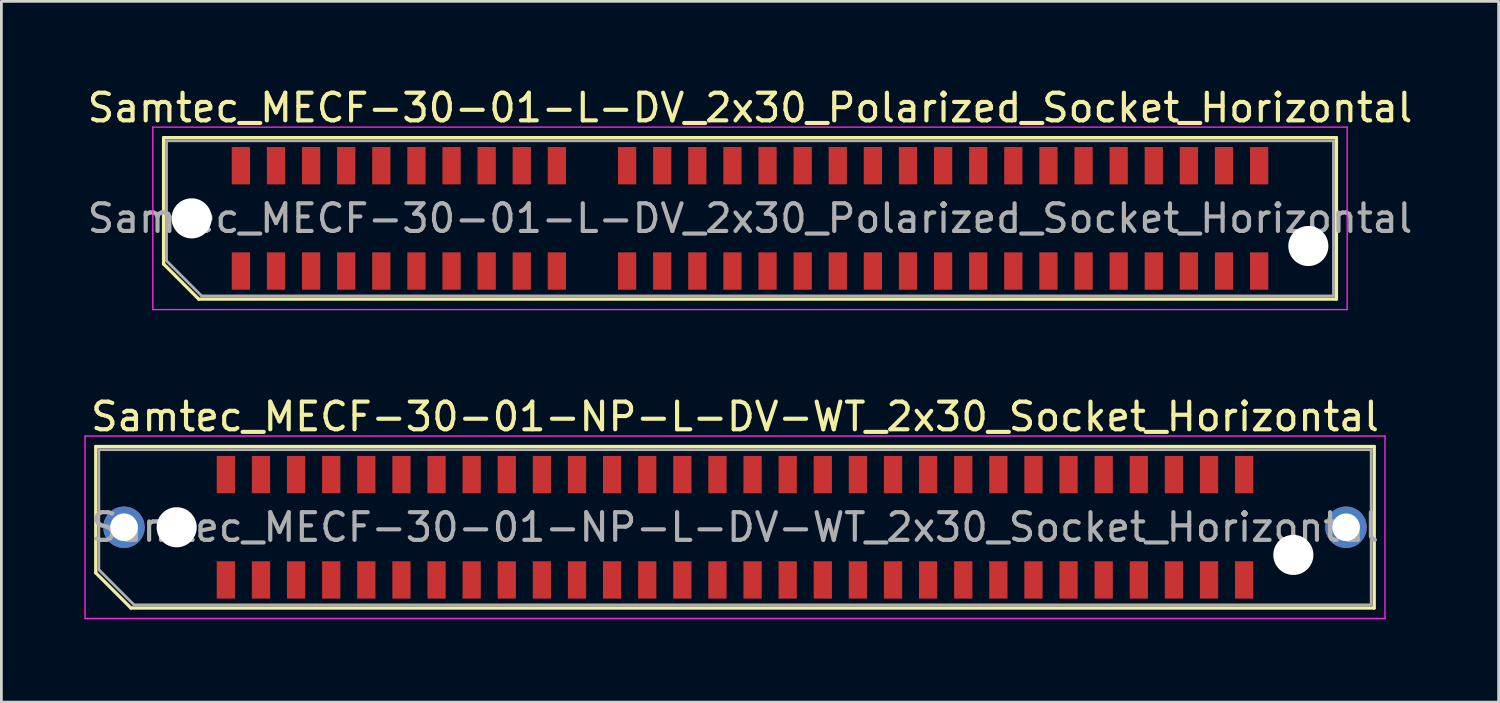
<source format=kicad_pcb>
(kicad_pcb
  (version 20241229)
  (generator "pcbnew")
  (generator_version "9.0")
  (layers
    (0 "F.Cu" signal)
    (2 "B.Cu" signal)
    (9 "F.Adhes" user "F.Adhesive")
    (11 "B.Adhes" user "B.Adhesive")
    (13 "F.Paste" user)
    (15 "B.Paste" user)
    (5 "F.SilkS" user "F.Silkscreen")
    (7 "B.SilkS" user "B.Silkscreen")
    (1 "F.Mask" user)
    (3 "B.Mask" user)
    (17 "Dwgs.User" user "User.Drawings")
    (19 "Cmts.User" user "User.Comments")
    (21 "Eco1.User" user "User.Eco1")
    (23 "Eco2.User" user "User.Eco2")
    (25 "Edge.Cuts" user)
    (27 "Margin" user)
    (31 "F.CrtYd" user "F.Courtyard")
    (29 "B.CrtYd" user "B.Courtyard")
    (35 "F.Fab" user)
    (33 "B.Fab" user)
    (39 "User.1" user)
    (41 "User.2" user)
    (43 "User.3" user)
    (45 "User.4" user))
  (footprint "Samtec_MECF-30-01-NP-L-DV-WT_2x30_Socket_Horizontal"
    (layer "F.Cu")
    (at 23.535 16.021)
    (property "Reference" "Samtec_MECF-30-01-NP-L-DV-WT_2x30_Socket_Horizontal" (at 0 -4 0) (layer "F.SilkS") (effects (font (size 1 1) (thickness 0.15))))
    (attr smd)
    (fp_line (start -23.12 -2.92) (end 23.12 -2.92) (stroke (width 0.12) (type solid)) (layer "F.SilkS"))
    (fp_line (start -23.12 1.65) (end -23.12 -2.92) (stroke (width 0.12) (type solid)) (layer "F.SilkS"))
    (fp_line (start -21.85 2.92) (end -23.12 1.65) (stroke (width 0.12) (type solid)) (layer "F.SilkS"))
    (fp_line (start -21.85 2.92) (end 23.12 2.92) (stroke (width 0.12) (type solid)) (layer "F.SilkS"))
    (fp_line (start 23.12 2.92) (end 23.12 -2.92) (stroke (width 0.12) (type solid)) (layer "F.SilkS"))
    (fp_line (start -23.51 -3.3) (end -23.51 3.3) (stroke (width 0.05) (type solid)) (layer "F.CrtYd"))
    (fp_line (start -23.51 3.3) (end 23.51 3.3) (stroke (width 0.05) (type solid)) (layer "F.CrtYd"))
    (fp_line (start 23.51 -3.3) (end -23.51 -3.3) (stroke (width 0.05) (type solid)) (layer "F.CrtYd"))
    (fp_line (start 23.51 3.3) (end 23.51 -3.3) (stroke (width 0.05) (type solid)) (layer "F.CrtYd"))
    (fp_line (start -23.01 -2.805) (end 23.01 -2.805) (stroke (width 0.1) (type solid)) (layer "F.Fab"))
    (fp_line (start -23.01 1.535) (end -23.01 -2.805) (stroke (width 0.1) (type solid)) (layer "F.Fab"))
    (fp_line (start -23.01 1.535) (end -21.74 2.805) (stroke (width 0.1) (type solid)) (layer "F.Fab"))
    (fp_line (start -21.74 2.805) (end 23.01 2.805) (stroke (width 0.1) (type solid)) (layer "F.Fab"))
    (fp_line (start 23.01 2.805) (end 23.01 -2.805) (stroke (width 0.1) (type solid)) (layer "F.Fab"))
    (fp_text user "${REFERENCE}" (at 0 0 0) (layer "F.Fab") (effects (font (size 1 1) (thickness 0.15))))
    (pad "" thru_hole circle (at -22.1 0) (size 1.5 1.5) (drill 1) (layers "*.Cu" "*.Mask"))
    (pad "" np_thru_hole circle (at -20.195 0) (size 1.45 1.45) (drill 1.45) (layers "*.Cu" "*.Mask"))
    (pad "" np_thru_hole circle (at 20.195 1) (size 1.45 1.45) (drill 1.45) (layers "*.Cu" "*.Mask"))
    (pad "" thru_hole circle (at 22.1 0) (size 1.5 1.5) (drill 1) (layers "*.Cu" "*.Mask"))
    (pad "1" smd rect (at -18.415 1.905) (size 0.66 1.35) (layers "F.Cu" "F.Mask" "F.Paste"))
    (pad "2" smd rect (at -18.415 -1.905) (size 0.66 1.35) (layers "F.Cu" "F.Mask" "F.Paste"))
    (pad "3" smd rect (at -17.145 1.905) (size 0.66 1.35) (layers "F.Cu" "F.Mask" "F.Paste"))
    (pad "4" smd rect (at -17.145 -1.905) (size 0.66 1.35) (layers "F.Cu" "F.Mask" "F.Paste"))
    (pad "5" smd rect (at -15.875 1.905) (size 0.66 1.35) (layers "F.Cu" "F.Mask" "F.Paste"))
    (pad "6" smd rect (at -15.875 -1.905) (size 0.66 1.35) (layers "F.Cu" "F.Mask" "F.Paste"))
    (pad "7" smd rect (at -14.605 1.905) (size 0.66 1.35) (layers "F.Cu" "F.Mask" "F.Paste"))
    (pad "8" smd rect (at -14.605 -1.905) (size 0.66 1.35) (layers "F.Cu" "F.Mask" "F.Paste"))
    (pad "9" smd rect (at -13.335 1.905) (size 0.66 1.35) (layers "F.Cu" "F.Mask" "F.Paste"))
    (pad "10" smd rect (at -13.335 -1.905) (size 0.66 1.35) (layers "F.Cu" "F.Mask" "F.Paste"))
    (pad "11" smd rect (at -12.065 1.905) (size 0.66 1.35) (layers "F.Cu" "F.Mask" "F.Paste"))
    (pad "12" smd rect (at -12.065 -1.905) (size 0.66 1.35) (layers "F.Cu" "F.Mask" "F.Paste"))
    (pad "13" smd rect (at -10.795 1.905) (size 0.66 1.35) (layers "F.Cu" "F.Mask" "F.Paste"))
    (pad "14" smd rect (at -10.795 -1.905) (size 0.66 1.35) (layers "F.Cu" "F.Mask" "F.Paste"))
    (pad "15" smd rect (at -9.525 1.905) (size 0.66 1.35) (layers "F.Cu" "F.Mask" "F.Paste"))
    (pad "16" smd rect (at -9.525 -1.905) (size 0.66 1.35) (layers "F.Cu" "F.Mask" "F.Paste"))
    (pad "17" smd rect (at -8.255 1.905) (size 0.66 1.35) (layers "F.Cu" "F.Mask" "F.Paste"))
    (pad "18" smd rect (at -8.255 -1.905) (size 0.66 1.35) (layers "F.Cu" "F.Mask" "F.Paste"))
    (pad "19" smd rect (at -6.985 1.905) (size 0.66 1.35) (layers "F.Cu" "F.Mask" "F.Paste"))
    (pad "20" smd rect (at -6.985 -1.905) (size 0.66 1.35) (layers "F.Cu" "F.Mask" "F.Paste"))
    (pad "21" smd rect (at -5.715 1.905) (size 0.66 1.35) (layers "F.Cu" "F.Mask" "F.Paste"))
    (pad "22" smd rect (at -5.715 -1.905) (size 0.66 1.35) (layers "F.Cu" "F.Mask" "F.Paste"))
    (pad "23" smd rect (at -4.445 1.905) (size 0.66 1.35) (layers "F.Cu" "F.Mask" "F.Paste"))
    (pad "24" smd rect (at -4.445 -1.905) (size 0.66 1.35) (layers "F.Cu" "F.Mask" "F.Paste"))
    (pad "25" smd rect (at -3.175 1.905) (size 0.66 1.35) (layers "F.Cu" "F.Mask" "F.Paste"))
    (pad "26" smd rect (at -3.175 -1.905) (size 0.66 1.35) (layers "F.Cu" "F.Mask" "F.Paste"))
    (pad "27" smd rect (at -1.905 1.905) (size 0.66 1.35) (layers "F.Cu" "F.Mask" "F.Paste"))
    (pad "28" smd rect (at -1.905 -1.905) (size 0.66 1.35) (layers "F.Cu" "F.Mask" "F.Paste"))
    (pad "29" smd rect (at -0.635 1.905) (size 0.66 1.35) (layers "F.Cu" "F.Mask" "F.Paste"))
    (pad "30" smd rect (at -0.635 -1.905) (size 0.66 1.35) (layers "F.Cu" "F.Mask" "F.Paste"))
    (pad "31" smd rect (at 0.635 1.905) (size 0.66 1.35) (layers "F.Cu" "F.Mask" "F.Paste"))
    (pad "32" smd rect (at 0.635 -1.905) (size 0.66 1.35) (layers "F.Cu" "F.Mask" "F.Paste"))
    (pad "33" smd rect (at 1.905 1.905) (size 0.66 1.35) (layers "F.Cu" "F.Mask" "F.Paste"))
    (pad "34" smd rect (at 1.905 -1.905) (size 0.66 1.35) (layers "F.Cu" "F.Mask" "F.Paste"))
    (pad "35" smd rect (at 3.175 1.905) (size 0.66 1.35) (layers "F.Cu" "F.Mask" "F.Paste"))
    (pad "36" smd rect (at 3.175 -1.905) (size 0.66 1.35) (layers "F.Cu" "F.Mask" "F.Paste"))
    (pad "37" smd rect (at 4.445 1.905) (size 0.66 1.35) (layers "F.Cu" "F.Mask" "F.Paste"))
    (pad "38" smd rect (at 4.445 -1.905) (size 0.66 1.35) (layers "F.Cu" "F.Mask" "F.Paste"))
    (pad "39" smd rect (at 5.715 1.905) (size 0.66 1.35) (layers "F.Cu" "F.Mask" "F.Paste"))
    (pad "40" smd rect (at 5.715 -1.905) (size 0.66 1.35) (layers "F.Cu" "F.Mask" "F.Paste"))
    (pad "41" smd rect (at 6.985 1.905) (size 0.66 1.35) (layers "F.Cu" "F.Mask" "F.Paste"))
    (pad "42" smd rect (at 6.985 -1.905) (size 0.66 1.35) (layers "F.Cu" "F.Mask" "F.Paste"))
    (pad "43" smd rect (at 8.255 1.905) (size 0.66 1.35) (layers "F.Cu" "F.Mask" "F.Paste"))
    (pad "44" smd rect (at 8.255 -1.905) (size 0.66 1.35) (layers "F.Cu" "F.Mask" "F.Paste"))
    (pad "45" smd rect (at 9.525 1.905) (size 0.66 1.35) (layers "F.Cu" "F.Mask" "F.Paste"))
    (pad "46" smd rect (at 9.525 -1.905) (size 0.66 1.35) (layers "F.Cu" "F.Mask" "F.Paste"))
    (pad "47" smd rect (at 10.795 1.905) (size 0.66 1.35) (layers "F.Cu" "F.Mask" "F.Paste"))
    (pad "48" smd rect (at 10.795 -1.905) (size 0.66 1.35) (layers "F.Cu" "F.Mask" "F.Paste"))
    (pad "49" smd rect (at 12.065 1.905) (size 0.66 1.35) (layers "F.Cu" "F.Mask" "F.Paste"))
    (pad "50" smd rect (at 12.065 -1.905) (size 0.66 1.35) (layers "F.Cu" "F.Mask" "F.Paste"))
    (pad "51" smd rect (at 13.335 1.905) (size 0.66 1.35) (layers "F.Cu" "F.Mask" "F.Paste"))
    (pad "52" smd rect (at 13.335 -1.905) (size 0.66 1.35) (layers "F.Cu" "F.Mask" "F.Paste"))
    (pad "53" smd rect (at 14.605 1.905) (size 0.66 1.35) (layers "F.Cu" "F.Mask" "F.Paste"))
    (pad "54" smd rect (at 14.605 -1.905) (size 0.66 1.35) (layers "F.Cu" "F.Mask" "F.Paste"))
    (pad "55" smd rect (at 15.875 1.905) (size 0.66 1.35) (layers "F.Cu" "F.Mask" "F.Paste"))
    (pad "56" smd rect (at 15.875 -1.905) (size 0.66 1.35) (layers "F.Cu" "F.Mask" "F.Paste"))
    (pad "57" smd rect (at 17.145 1.905) (size 0.66 1.35) (layers "F.Cu" "F.Mask" "F.Paste"))
    (pad "58" smd rect (at 17.145 -1.905) (size 0.66 1.35) (layers "F.Cu" "F.Mask" "F.Paste"))
    (pad "59" smd rect (at 18.415 1.905) (size 0.66 1.35) (layers "F.Cu" "F.Mask" "F.Paste"))
    (pad "60" smd rect (at 18.415 -1.905) (size 0.66 1.35) (layers "F.Cu" "F.Mask" "F.Paste")))
  (footprint "Samtec_MECF-30-01-L-DV_2x30_Polarized_Socket_Horizontal"
    (layer "F.Cu")
    (at 24.077 4.848)
    (property "Reference" "Samtec_MECF-30-01-L-DV_2x30_Polarized_Socket_Horizontal" (at 0 -4 0) (layer "F.SilkS") (effects (font (size 1 1) (thickness 0.15))))
    (attr smd)
    (fp_line (start -21.21 -2.92) (end 21.21 -2.92) (stroke (width 0.12) (type solid)) (layer "F.SilkS"))
    (fp_line (start -21.21 1.65) (end -21.21 -2.92) (stroke (width 0.12) (type solid)) (layer "F.SilkS"))
    (fp_line (start -19.94 2.92) (end -21.21 1.65) (stroke (width 0.12) (type solid)) (layer "F.SilkS"))
    (fp_line (start -19.94 2.92) (end 21.21 2.92) (stroke (width 0.12) (type solid)) (layer "F.SilkS"))
    (fp_line (start 21.21 2.92) (end 21.21 -2.92) (stroke (width 0.12) (type solid)) (layer "F.SilkS"))
    (fp_line (start -21.6 -3.3) (end -21.6 3.3) (stroke (width 0.05) (type solid)) (layer "F.CrtYd"))
    (fp_line (start -21.6 3.3) (end 21.6 3.3) (stroke (width 0.05) (type solid)) (layer "F.CrtYd"))
    (fp_line (start 21.6 -3.3) (end -21.6 -3.3) (stroke (width 0.05) (type solid)) (layer "F.CrtYd"))
    (fp_line (start 21.6 3.3) (end 21.6 -3.3) (stroke (width 0.05) (type solid)) (layer "F.CrtYd"))
    (fp_line (start -21.105 -2.805) (end 21.105 -2.805) (stroke (width 0.1) (type solid)) (layer "F.Fab"))
    (fp_line (start -21.105 1.535) (end -21.105 -2.805) (stroke (width 0.1) (type solid)) (layer "F.Fab"))
    (fp_line (start -21.105 1.535) (end -19.835 2.805) (stroke (width 0.1) (type solid)) (layer "F.Fab"))
    (fp_line (start -19.835 2.805) (end 21.105 2.805) (stroke (width 0.1) (type solid)) (layer "F.Fab"))
    (fp_line (start 21.105 2.805) (end 21.105 -2.805) (stroke (width 0.1) (type solid)) (layer "F.Fab"))
    (fp_text user "${REFERENCE}" (at 0 0 0) (layer "F.Fab") (effects (font (size 1 1) (thickness 0.15))))
    (pad "" np_thru_hole circle (at -20.195 0) (size 1.45 1.45) (drill 1.45) (layers "*.Cu" "*.Mask"))
    (pad "" np_thru_hole circle (at 20.195 1) (size 1.45 1.45) (drill 1.45) (layers "*.Cu" "*.Mask"))
    (pad "1" smd rect (at -18.415 1.905) (size 0.66 1.35) (layers "F.Cu" "F.Mask" "F.Paste"))
    (pad "2" smd rect (at -18.415 -1.905) (size 0.66 1.35) (layers "F.Cu" "F.Mask" "F.Paste"))
    (pad "3" smd rect (at -17.145 1.905) (size 0.66 1.35) (layers "F.Cu" "F.Mask" "F.Paste"))
    (pad "4" smd rect (at -17.145 -1.905) (size 0.66 1.35) (layers "F.Cu" "F.Mask" "F.Paste"))
    (pad "5" smd rect (at -15.875 1.905) (size 0.66 1.35) (layers "F.Cu" "F.Mask" "F.Paste"))
    (pad "6" smd rect (at -15.875 -1.905) (size 0.66 1.35) (layers "F.Cu" "F.Mask" "F.Paste"))
    (pad "7" smd rect (at -14.605 1.905) (size 0.66 1.35) (layers "F.Cu" "F.Mask" "F.Paste"))
    (pad "8" smd rect (at -14.605 -1.905) (size 0.66 1.35) (layers "F.Cu" "F.Mask" "F.Paste"))
    (pad "9" smd rect (at -13.335 1.905) (size 0.66 1.35) (layers "F.Cu" "F.Mask" "F.Paste"))
    (pad "10" smd rect (at -13.335 -1.905) (size 0.66 1.35) (layers "F.Cu" "F.Mask" "F.Paste"))
    (pad "11" smd rect (at -12.065 1.905) (size 0.66 1.35) (layers "F.Cu" "F.Mask" "F.Paste"))
    (pad "12" smd rect (at -12.065 -1.905) (size 0.66 1.35) (layers "F.Cu" "F.Mask" "F.Paste"))
    (pad "13" smd rect (at -10.795 1.905) (size 0.66 1.35) (layers "F.Cu" "F.Mask" "F.Paste"))
    (pad "14" smd rect (at -10.795 -1.905) (size 0.66 1.35) (layers "F.Cu" "F.Mask" "F.Paste"))
    (pad "15" smd rect (at -9.525 1.905) (size 0.66 1.35) (layers "F.Cu" "F.Mask" "F.Paste"))
    (pad "16" smd rect (at -9.525 -1.905) (size 0.66 1.35) (layers "F.Cu" "F.Mask" "F.Paste"))
    (pad "17" smd rect (at -8.255 1.905) (size 0.66 1.35) (layers "F.Cu" "F.Mask" "F.Paste"))
    (pad "18" smd rect (at -8.255 -1.905) (size 0.66 1.35) (layers "F.Cu" "F.Mask" "F.Paste"))
    (pad "19" smd rect (at -6.985 1.905) (size 0.66 1.35) (layers "F.Cu" "F.Mask" "F.Paste"))
    (pad "20" smd rect (at -6.985 -1.905) (size 0.66 1.35) (layers "F.Cu" "F.Mask" "F.Paste"))
    (pad "23" smd rect (at -4.445 1.905) (size 0.66 1.35) (layers "F.Cu" "F.Mask" "F.Paste"))
    (pad "24" smd rect (at -4.445 -1.905) (size 0.66 1.35) (layers "F.Cu" "F.Mask" "F.Paste"))
    (pad "25" smd rect (at -3.175 1.905) (size 0.66 1.35) (layers "F.Cu" "F.Mask" "F.Paste"))
    (pad "26" smd rect (at -3.175 -1.905) (size 0.66 1.35) (layers "F.Cu" "F.Mask" "F.Paste"))
    (pad "27" smd rect (at -1.905 1.905) (size 0.66 1.35) (layers "F.Cu" "F.Mask" "F.Paste"))
    (pad "28" smd rect (at -1.905 -1.905) (size 0.66 1.35) (layers "F.Cu" "F.Mask" "F.Paste"))
    (pad "29" smd rect (at -0.635 1.905) (size 0.66 1.35) (layers "F.Cu" "F.Mask" "F.Paste"))
    (pad "30" smd rect (at -0.635 -1.905) (size 0.66 1.35) (layers "F.Cu" "F.Mask" "F.Paste"))
    (pad "31" smd rect (at 0.635 1.905) (size 0.66 1.35) (layers "F.Cu" "F.Mask" "F.Paste"))
    (pad "32" smd rect (at 0.635 -1.905) (size 0.66 1.35) (layers "F.Cu" "F.Mask" "F.Paste"))
    (pad "33" smd rect (at 1.905 1.905) (size 0.66 1.35) (layers "F.Cu" "F.Mask" "F.Paste"))
    (pad "34" smd rect (at 1.905 -1.905) (size 0.66 1.35) (layers "F.Cu" "F.Mask" "F.Paste"))
    (pad "35" smd rect (at 3.175 1.905) (size 0.66 1.35) (layers "F.Cu" "F.Mask" "F.Paste"))
    (pad "36" smd rect (at 3.175 -1.905) (size 0.66 1.35) (layers "F.Cu" "F.Mask" "F.Paste"))
    (pad "37" smd rect (at 4.445 1.905) (size 0.66 1.35) (layers "F.Cu" "F.Mask" "F.Paste"))
    (pad "38" smd rect (at 4.445 -1.905) (size 0.66 1.35) (layers "F.Cu" "F.Mask" "F.Paste"))
    (pad "39" smd rect (at 5.715 1.905) (size 0.66 1.35) (layers "F.Cu" "F.Mask" "F.Paste"))
    (pad "40" smd rect (at 5.715 -1.905) (size 0.66 1.35) (layers "F.Cu" "F.Mask" "F.Paste"))
    (pad "41" smd rect (at 6.985 1.905) (size 0.66 1.35) (layers "F.Cu" "F.Mask" "F.Paste"))
    (pad "42" smd rect (at 6.985 -1.905) (size 0.66 1.35) (layers "F.Cu" "F.Mask" "F.Paste"))
    (pad "43" smd rect (at 8.255 1.905) (size 0.66 1.35) (layers "F.Cu" "F.Mask" "F.Paste"))
    (pad "44" smd rect (at 8.255 -1.905) (size 0.66 1.35) (layers "F.Cu" "F.Mask" "F.Paste"))
    (pad "45" smd rect (at 9.525 1.905) (size 0.66 1.35) (layers "F.Cu" "F.Mask" "F.Paste"))
    (pad "46" smd rect (at 9.525 -1.905) (size 0.66 1.35) (layers "F.Cu" "F.Mask" "F.Paste"))
    (pad "47" smd rect (at 10.795 1.905) (size 0.66 1.35) (layers "F.Cu" "F.Mask" "F.Paste"))
    (pad "48" smd rect (at 10.795 -1.905) (size 0.66 1.35) (layers "F.Cu" "F.Mask" "F.Paste"))
    (pad "49" smd rect (at 12.065 1.905) (size 0.66 1.35) (layers "F.Cu" "F.Mask" "F.Paste"))
    (pad "50" smd rect (at 12.065 -1.905) (size 0.66 1.35) (layers "F.Cu" "F.Mask" "F.Paste"))
    (pad "51" smd rect (at 13.335 1.905) (size 0.66 1.35) (layers "F.Cu" "F.Mask" "F.Paste"))
    (pad "52" smd rect (at 13.335 -1.905) (size 0.66 1.35) (layers "F.Cu" "F.Mask" "F.Paste"))
    (pad "53" smd rect (at 14.605 1.905) (size 0.66 1.35) (layers "F.Cu" "F.Mask" "F.Paste"))
    (pad "54" smd rect (at 14.605 -1.905) (size 0.66 1.35) (layers "F.Cu" "F.Mask" "F.Paste"))
    (pad "55" smd rect (at 15.875 1.905) (size 0.66 1.35) (layers "F.Cu" "F.Mask" "F.Paste"))
    (pad "56" smd rect (at 15.875 -1.905) (size 0.66 1.35) (layers "F.Cu" "F.Mask" "F.Paste"))
    (pad "57" smd rect (at 17.145 1.905) (size 0.66 1.35) (layers "F.Cu" "F.Mask" "F.Paste"))
    (pad "58" smd rect (at 17.145 -1.905) (size 0.66 1.35) (layers "F.Cu" "F.Mask" "F.Paste"))
    (pad "59" smd rect (at 18.415 1.905) (size 0.66 1.35) (layers "F.Cu" "F.Mask" "F.Paste"))
    (pad "60" smd rect (at 18.415 -1.905) (size 0.66 1.35) (layers "F.Cu" "F.Mask" "F.Paste")))
  (gr_rect
    (start -3 -3)
    (end 51.155 22.346)
    (stroke (width 0.1) (type default))
    (fill no)
    (layer "Edge.Cuts")))
</source>
